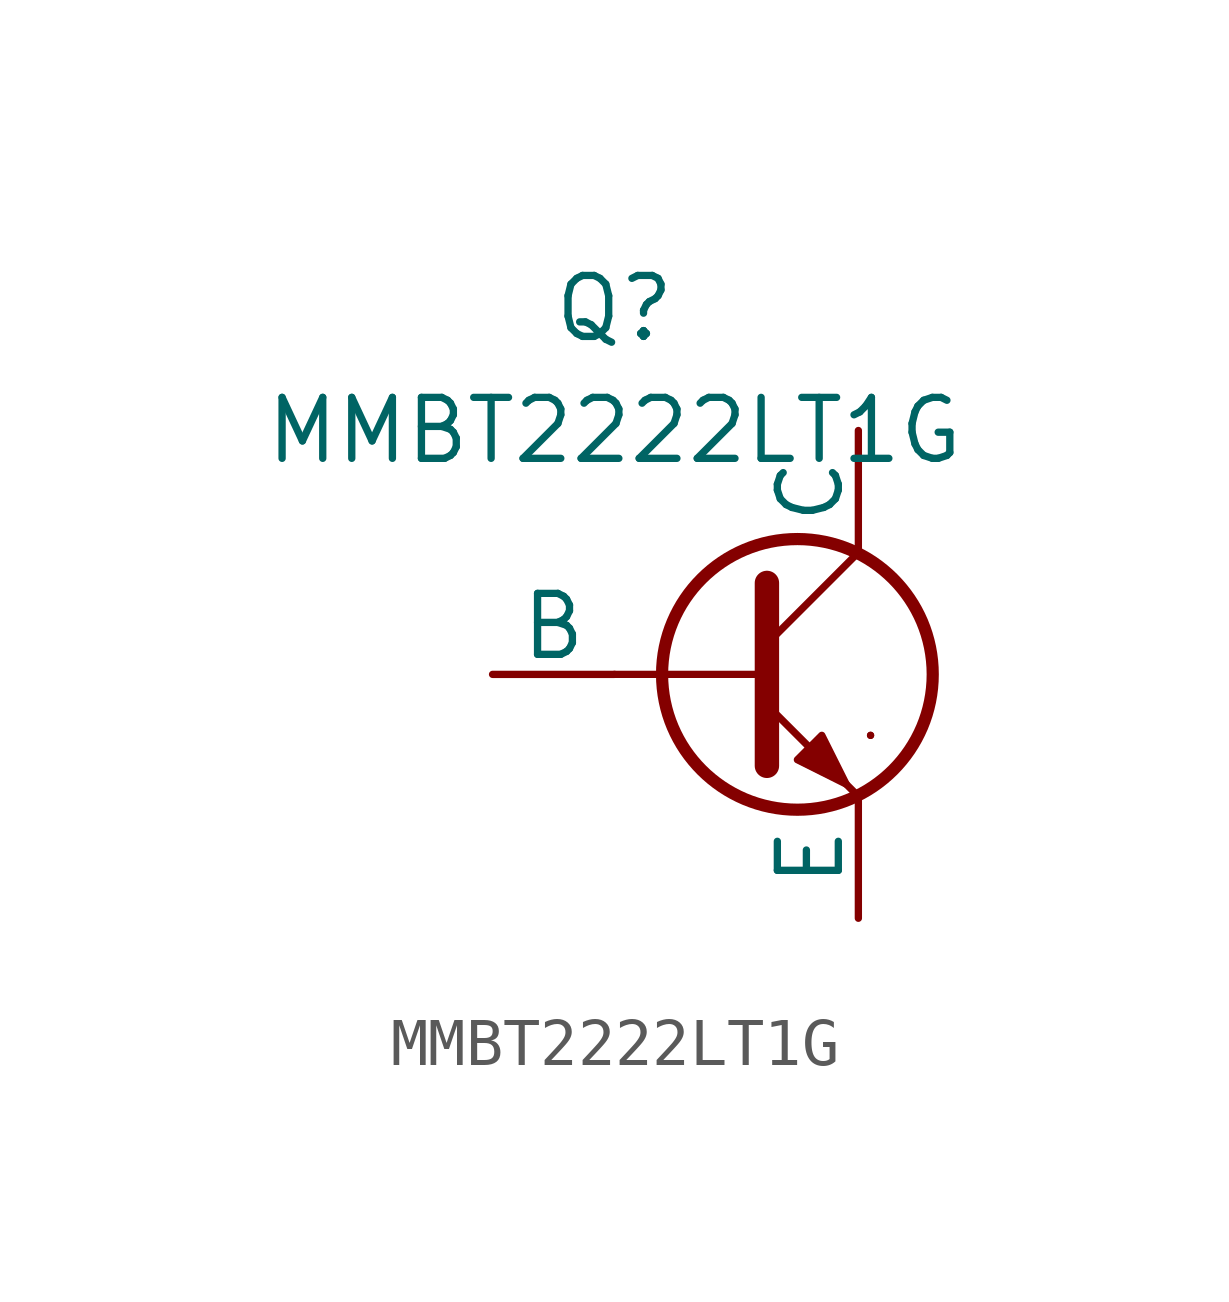
<source format=kicad_sym>
(kicad_symbol_lib
  (version 20241209)
  (generator "kicad_symbol_editor")
  (generator_version "9.0")
  (symbol "MMBT2222LT1G"
    (pin_numbers
      (hide yes))
    (pin_names
      (offset 0))
    (property "Reference" "Q"
      (at -2.54 7.62 0)
      (effects (font (size 1.27 1.27))))
    (property "Value" "MMBT2222LT1G"
      (at -2.54 5.08 0)
      (effects (font (size 1.27 1.27))))
    (symbol "MMBT2222LT1G_0_1"
      (polyline (pts (xy -2.54 0) (xy 0.635 0)) (stroke (width 0.152) (type default)) (fill (type none)))
      (polyline (pts (xy 0.635 1.905) (xy 0.635 -1.905) (xy 0.635 -1.905)) (stroke (width 0.508) (type default)) (fill (type none)))
      (polyline (pts (xy 0.635 0.635) (xy 2.54 2.54)) (stroke (width 0) (type default)) (fill (type none)))
      (polyline (pts (xy 0.635 -0.635) (xy 2.54 -2.54) (xy 2.54 -2.54)) (stroke (width 0) (type default)) (fill (type none)))
      (circle (center 1.27 0) (radius 2.819) (stroke (width 0.254) (type default)) (fill (type none)))
      (polyline (pts (xy 1.27 -1.778) (xy 1.778 -1.27) (xy 2.286 -2.286) (xy 1.27 -1.778) (xy 1.27 -1.778)) (stroke (width 0) (type default)) (fill (type outline)))
      (polyline (pts (xy 2.794 -1.27) (xy 2.794 -1.27)) (stroke (width 0.152) (type default)) (fill (type none)))
      (polyline (pts (xy 2.794 -1.27) (xy 2.794 -1.27)) (stroke (width 0.152) (type default)) (fill (type none))))
    (symbol "MMBT2222LT1G_1_1"
      (pin input line (at -5.08 0 0) (length 2.54) (name "B" (effects (font (size 1.27 1.27)))) (number "2" (effects (font (size 1.27 1.27)))))
      (pin open_collector line (at 2.54 5.08 270) (length 2.54) (name "C" (effects (font (size 1.27 1.27)))) (number "1" (effects (font (size 1.27 1.27)))))
      (pin open_emitter line (at 2.54 -5.08 90) (length 2.54) (name "E" (effects (font (size 1.27 1.27)))) (number "3" (effects (font (size 1.27 1.27))))))))
</source>
